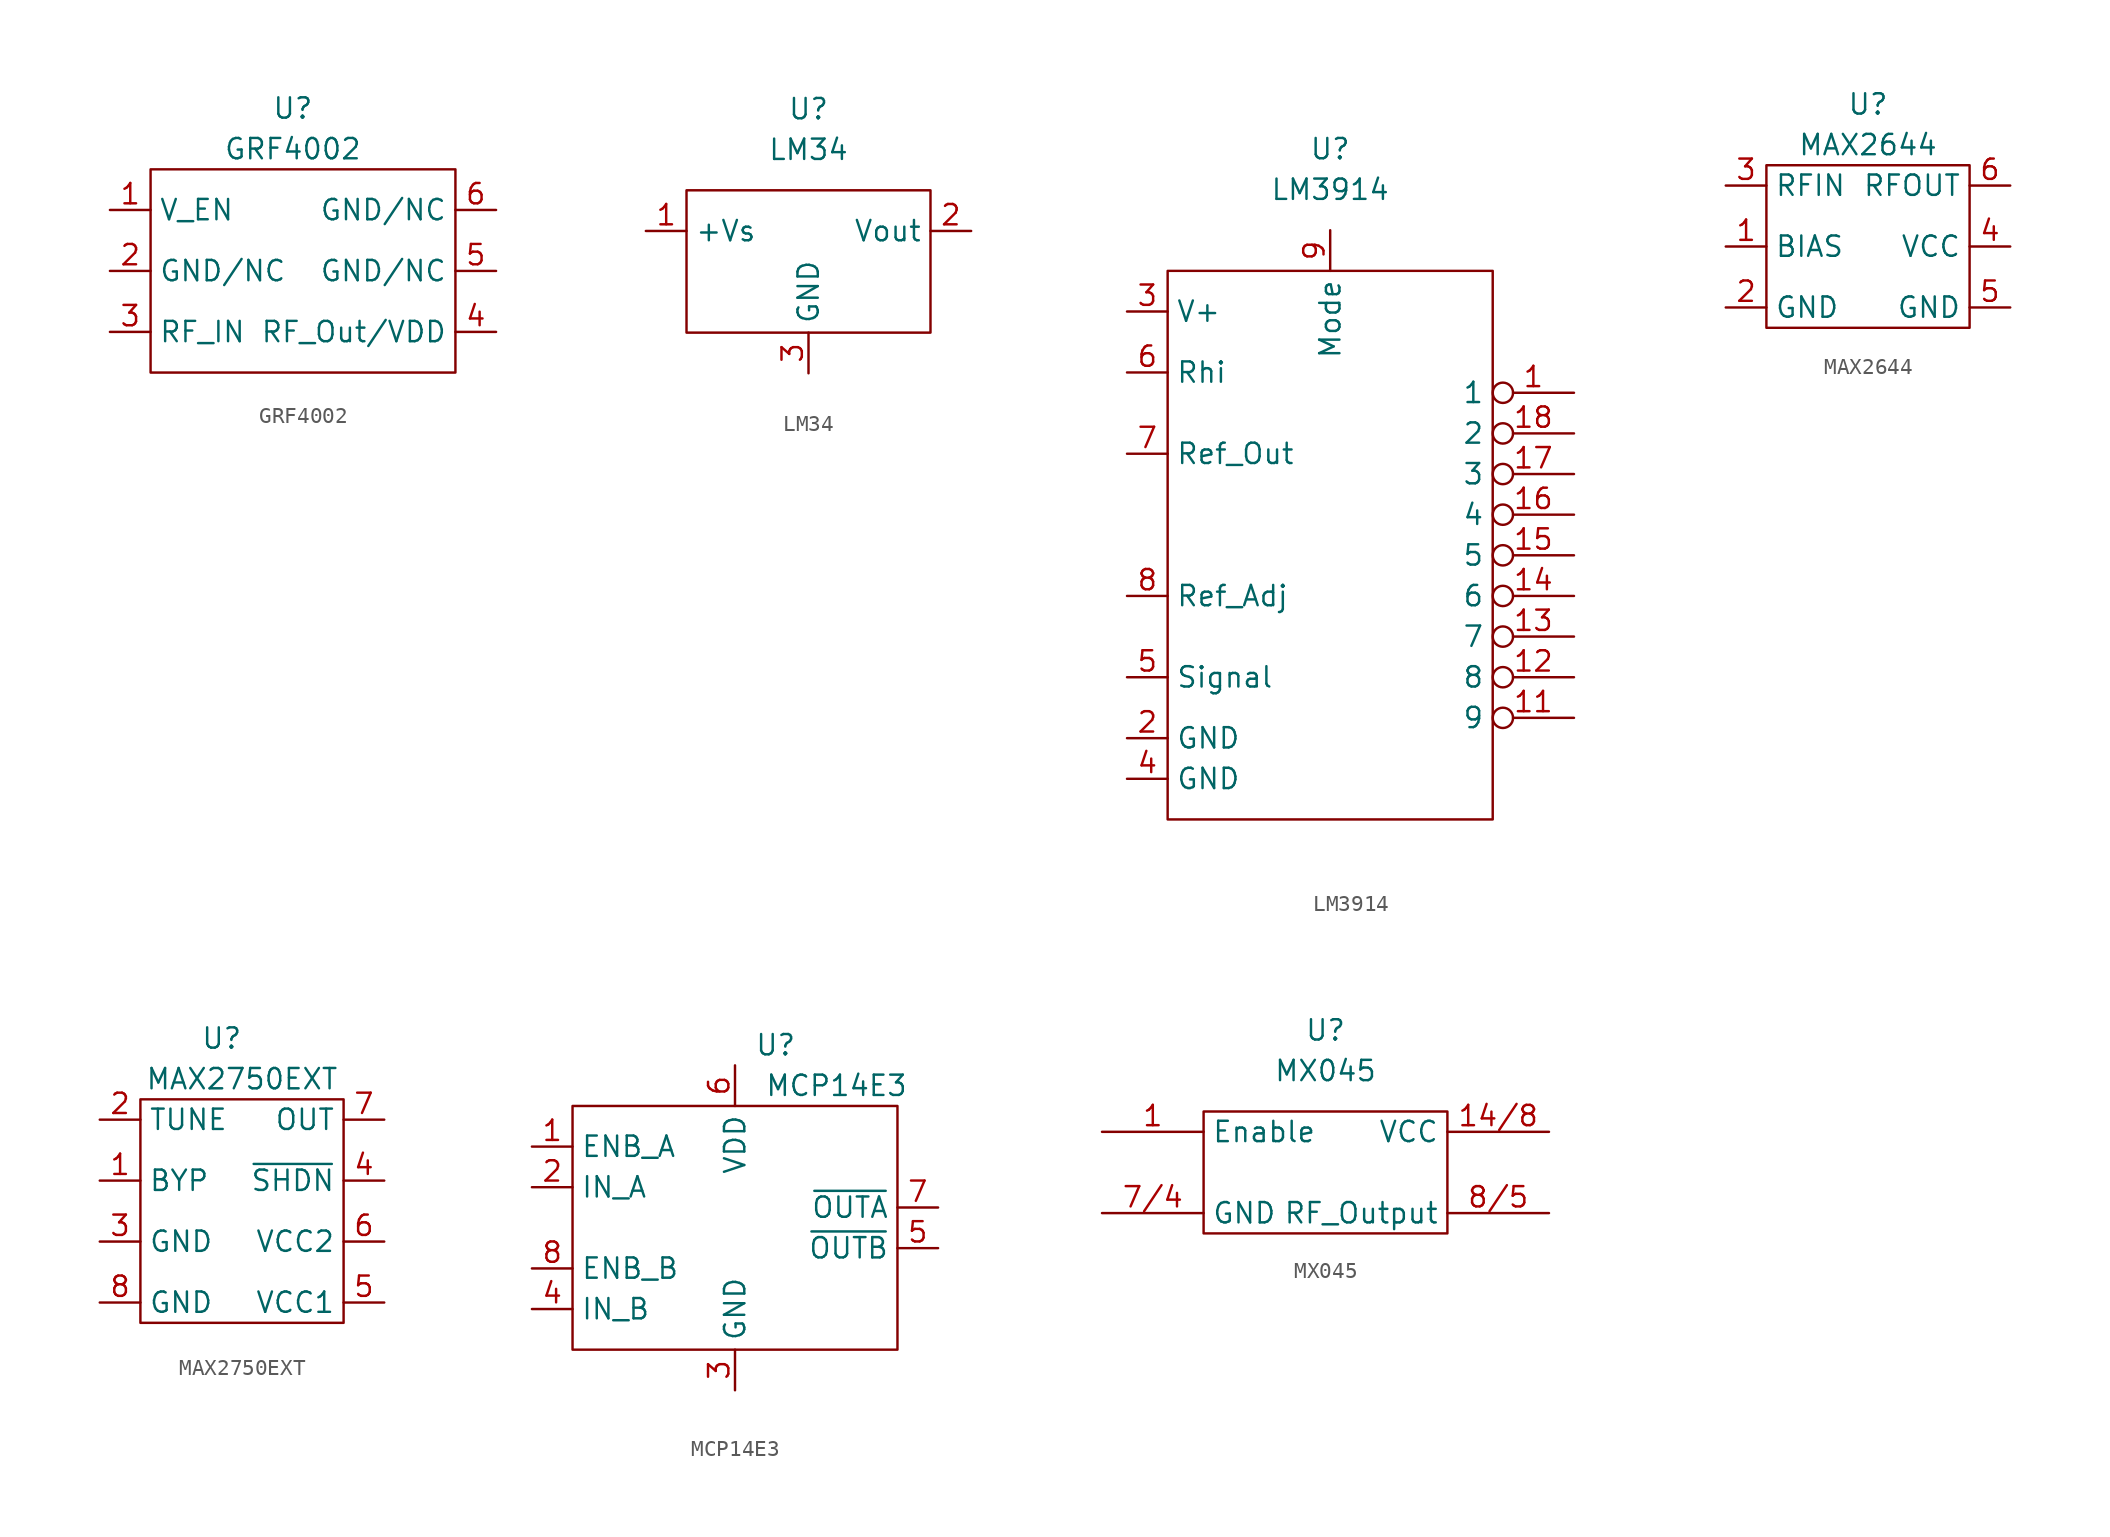
<source format=kicad_sym>
(kicad_symbol_lib
  (version 20211014)
  (generator kicad_symbol_editor)
  (symbol "GRF4002"
    (property "Reference" "U"
      (at 0 2.54 0)
      (effects (font (size 1.27 1.27))))
    (property "Value" "GRF4002"
      (at 0 0 0)
      (effects (font (size 1.27 1.27))))
    (symbol "GRF4002_0_1"
      (rectangle (start -8.89 -1.27) (end 10.16 -13.97) (stroke (width 0) (type default) (color 0 0 0 0)) (fill (type none))))
    (symbol "GRF4002_1_1"
      (pin bidirectional line (at -11.43 -3.81 0) (length 2.54) (name "V_EN" (effects (font (size 1.27 1.27)))) (number "1" (effects (font (size 1.27 1.27)))))
      (pin bidirectional line (at -11.43 -7.62 0) (length 2.54) (name "GND/NC" (effects (font (size 1.27 1.27)))) (number "2" (effects (font (size 1.27 1.27)))))
      (pin bidirectional line (at -11.43 -11.43 0) (length 2.54) (name "RF_IN" (effects (font (size 1.27 1.27)))) (number "3" (effects (font (size 1.27 1.27)))))
      (pin bidirectional line (at 12.7 -11.43 180) (length 2.54) (name "RF_Out/VDD" (effects (font (size 1.27 1.27)))) (number "4" (effects (font (size 1.27 1.27)))))
      (pin bidirectional line (at 12.7 -7.62 180) (length 2.54) (name "GND/NC" (effects (font (size 1.27 1.27)))) (number "5" (effects (font (size 1.27 1.27)))))
      (pin bidirectional line (at 12.7 -3.81 180) (length 2.54) (name "GND/NC" (effects (font (size 1.27 1.27)))) (number "6" (effects (font (size 1.27 1.27)))))))
  (symbol "LM34"
    (property "Reference" "U"
      (at 0 2.54 0)
      (effects (font (size 1.27 1.27))))
    (property "Value" "LM34"
      (at 0 0 0)
      (effects (font (size 1.27 1.27))))
    (symbol "LM34_0_1"
      (rectangle (start -7.62 -2.54) (end 7.62 -11.43) (stroke (width 0) (type default) (color 0 0 0 0)) (fill (type none))))
    (symbol "LM34_1_1"
      (pin bidirectional line (at -10.16 -5.08 0) (length 2.54) (name "+Vs" (effects (font (size 1.27 1.27)))) (number "1" (effects (font (size 1.27 1.27)))))
      (pin bidirectional line (at 10.16 -5.08 180) (length 2.54) (name "Vout" (effects (font (size 1.27 1.27)))) (number "2" (effects (font (size 1.27 1.27)))))
      (pin bidirectional line (at 0 -13.97 90) (length 2.54) (name "GND" (effects (font (size 1.27 1.27)))) (number "3" (effects (font (size 1.27 1.27)))))))
  (symbol "LM3914"
    (property "Reference" "U"
      (at 0 0 0)
      (effects (font (size 1.27 1.27))))
    (property "Value" "LM3914"
      (at 0 -2.54 0)
      (effects (font (size 1.27 1.27))))
    (symbol "LM3914_0_1"
      (rectangle (start -10.16 -7.62) (end 10.16 -41.91) (stroke (width 0) (type default) (color 0 0 0 0)) (fill (type none))))
    (symbol "LM3914_1_1"
      (pin bidirectional inverted (at 15.24 -15.24 180) (length 5.08) (name "1" (effects (font (size 1.27 1.27)))) (number "1" (effects (font (size 1.27 1.27)))))
      (pin bidirectional inverted (at 15.24 -35.56 180) (length 5.08) (name "9" (effects (font (size 1.27 1.27)))) (number "11" (effects (font (size 1.27 1.27)))))
      (pin bidirectional inverted (at 15.24 -33.02 180) (length 5.08) (name "8" (effects (font (size 1.27 1.27)))) (number "12" (effects (font (size 1.27 1.27)))))
      (pin bidirectional inverted (at 15.24 -30.48 180) (length 5.08) (name "7" (effects (font (size 1.27 1.27)))) (number "13" (effects (font (size 1.27 1.27)))))
      (pin bidirectional inverted (at 15.24 -27.94 180) (length 5.08) (name "6" (effects (font (size 1.27 1.27)))) (number "14" (effects (font (size 1.27 1.27)))))
      (pin bidirectional inverted (at 15.24 -25.4 180) (length 5.08) (name "5" (effects (font (size 1.27 1.27)))) (number "15" (effects (font (size 1.27 1.27)))))
      (pin bidirectional inverted (at 15.24 -22.86 180) (length 5.08) (name "4" (effects (font (size 1.27 1.27)))) (number "16" (effects (font (size 1.27 1.27)))))
      (pin bidirectional inverted (at 15.24 -20.32 180) (length 5.08) (name "3" (effects (font (size 1.27 1.27)))) (number "17" (effects (font (size 1.27 1.27)))))
      (pin bidirectional inverted (at 15.24 -17.78 180) (length 5.08) (name "2" (effects (font (size 1.27 1.27)))) (number "18" (effects (font (size 1.27 1.27)))))
      (pin bidirectional line (at -12.7 -36.83 0) (length 2.54) (name "GND" (effects (font (size 1.27 1.27)))) (number "2" (effects (font (size 1.27 1.27)))))
      (pin bidirectional line (at -12.7 -10.16 0) (length 2.54) (name "V+" (effects (font (size 1.27 1.27)))) (number "3" (effects (font (size 1.27 1.27)))))
      (pin bidirectional line (at -12.7 -39.37 0) (length 2.54) (name "GND" (effects (font (size 1.27 1.27)))) (number "4" (effects (font (size 1.27 1.27)))))
      (pin bidirectional line (at -12.7 -33.02 0) (length 2.54) (name "Signal" (effects (font (size 1.27 1.27)))) (number "5" (effects (font (size 1.27 1.27)))))
      (pin bidirectional line (at -12.7 -13.97 0) (length 2.54) (name "Rhi" (effects (font (size 1.27 1.27)))) (number "6" (effects (font (size 1.27 1.27)))))
      (pin bidirectional line (at -12.7 -19.05 0) (length 2.54) (name "Ref_Out" (effects (font (size 1.27 1.27)))) (number "7" (effects (font (size 1.27 1.27)))))
      (pin bidirectional line (at -12.7 -27.94 0) (length 2.54) (name "Ref_Adj" (effects (font (size 1.27 1.27)))) (number "8" (effects (font (size 1.27 1.27)))))
      (pin bidirectional line (at 0 -5.08 270) (length 2.54) (name "Mode" (effects (font (size 1.27 1.27)))) (number "9" (effects (font (size 1.27 1.27)))))))
  (symbol "MAX2644"
    (property "Reference" "U"
      (at 0 2.54 0)
      (effects (font (size 1.27 1.27))))
    (property "Value" "MAX2644"
      (at 0 0 0)
      (effects (font (size 1.27 1.27))))
    (symbol "MAX2644_0_1"
      (rectangle (start -6.35 -1.27) (end 6.35 -11.43) (stroke (width 0) (type default) (color 0 0 0 0)) (fill (type none))))
    (symbol "MAX2644_1_1"
      (pin bidirectional line (at -8.89 -6.35 0) (length 2.54) (name "BIAS" (effects (font (size 1.27 1.27)))) (number "1" (effects (font (size 1.27 1.27)))))
      (pin bidirectional line (at -8.89 -10.16 0) (length 2.54) (name "GND" (effects (font (size 1.27 1.27)))) (number "2" (effects (font (size 1.27 1.27)))))
      (pin bidirectional line (at -8.89 -2.54 0) (length 2.54) (name "RFIN" (effects (font (size 1.27 1.27)))) (number "3" (effects (font (size 1.27 1.27)))))
      (pin bidirectional line (at 8.89 -6.35 180) (length 2.54) (name "VCC" (effects (font (size 1.27 1.27)))) (number "4" (effects (font (size 1.27 1.27)))))
      (pin bidirectional line (at 8.89 -10.16 180) (length 2.54) (name "GND" (effects (font (size 1.27 1.27)))) (number "5" (effects (font (size 1.27 1.27)))))
      (pin bidirectional line (at 8.89 -2.54 180) (length 2.54) (name "RFOUT" (effects (font (size 1.27 1.27)))) (number "6" (effects (font (size 1.27 1.27)))))))
  (symbol "MAX2750EXT"
    (property "Reference" "U"
      (at -1.27 1.27 0)
      (effects (font (size 1.27 1.27))))
    (property "Value" "MAX2750EXT"
      (at 0 -1.27 0)
      (effects (font (size 1.27 1.27))))
    (symbol "MAX2750EXT_0_1"
      (rectangle (start -6.35 -2.54) (end 6.35 -16.51) (stroke (width 0) (type default) (color 0 0 0 0)) (fill (type none))))
    (symbol "MAX2750EXT_1_1"
      (pin bidirectional line (at -8.89 -7.62 0) (length 2.54) (name "BYP" (effects (font (size 1.27 1.27)))) (number "1" (effects (font (size 1.27 1.27)))))
      (pin bidirectional line (at -8.89 -3.81 0) (length 2.54) (name "TUNE" (effects (font (size 1.27 1.27)))) (number "2" (effects (font (size 1.27 1.27)))))
      (pin bidirectional line (at -8.89 -11.43 0) (length 2.54) (name "GND" (effects (font (size 1.27 1.27)))) (number "3" (effects (font (size 1.27 1.27)))))
      (pin bidirectional line (at 8.89 -7.62 180) (length 2.54) (name "~{SHDN}" (effects (font (size 1.27 1.27)))) (number "4" (effects (font (size 1.27 1.27)))))
      (pin bidirectional line (at 8.89 -15.24 180) (length 2.54) (name "VCC1" (effects (font (size 1.27 1.27)))) (number "5" (effects (font (size 1.27 1.27)))))
      (pin bidirectional line (at 8.89 -11.43 180) (length 2.54) (name "VCC2" (effects (font (size 1.27 1.27)))) (number "6" (effects (font (size 1.27 1.27)))))
      (pin bidirectional line (at 8.89 -3.81 180) (length 2.54) (name "OUT" (effects (font (size 1.27 1.27)))) (number "7" (effects (font (size 1.27 1.27)))))
      (pin bidirectional line (at -8.89 -15.24 0) (length 2.54) (name "GND" (effects (font (size 1.27 1.27)))) (number "8" (effects (font (size 1.27 1.27)))))))
  (symbol "MCP14E3"
    (property "Reference" "U"
      (at 2.54 3.81 0)
      (effects (font (size 1.27 1.27))))
    (property "Value" "MCP14E3"
      (at 6.35 1.27 0)
      (effects (font (size 1.27 1.27))))
    (symbol "MCP14E3_0_1"
      (rectangle (start -10.16 0) (end 10.16 -15.24) (stroke (width 0) (type default) (color 0 0 0 0)) (fill (type none))))
    (symbol "MCP14E3_1_1"
      (pin bidirectional line (at -12.7 -2.54 0) (length 2.54) (name "ENB_A" (effects (font (size 1.27 1.27)))) (number "1" (effects (font (size 1.27 1.27)))))
      (pin bidirectional line (at -12.7 -5.08 0) (length 2.54) (name "IN_A" (effects (font (size 1.27 1.27)))) (number "2" (effects (font (size 1.27 1.27)))))
      (pin bidirectional line (at 0 -17.78 90) (length 2.54) (name "GND" (effects (font (size 1.27 1.27)))) (number "3" (effects (font (size 1.27 1.27)))))
      (pin bidirectional line (at -12.7 -12.7 0) (length 2.54) (name "IN_B" (effects (font (size 1.27 1.27)))) (number "4" (effects (font (size 1.27 1.27)))))
      (pin bidirectional line (at 12.7 -8.89 180) (length 2.54) (name "~{OUTB}" (effects (font (size 1.27 1.27)))) (number "5" (effects (font (size 1.27 1.27)))))
      (pin bidirectional line (at 0 2.54 270) (length 2.54) (name "VDD" (effects (font (size 1.27 1.27)))) (number "6" (effects (font (size 1.27 1.27)))))
      (pin bidirectional line (at 12.7 -6.35 180) (length 2.54) (name "~{OUTA}" (effects (font (size 1.27 1.27)))) (number "7" (effects (font (size 1.27 1.27)))))
      (pin bidirectional line (at -12.7 -10.16 0) (length 2.54) (name "ENB_B" (effects (font (size 1.27 1.27)))) (number "8" (effects (font (size 1.27 1.27)))))))
  (symbol "MX045"
    (property "Reference" "U"
      (at 0 2.54 0)
      (effects (font (size 1.27 1.27))))
    (property "Value" "MX045"
      (at 0 0 0)
      (effects (font (size 1.27 1.27))))
    (symbol "MX045_0_1"
      (rectangle (start -7.62 -2.54) (end 7.62 -10.16) (stroke (width 0) (type default) (color 0 0 0 0)) (fill (type none))))
    (symbol "MX045_1_1"
      (pin input line (at -13.97 -3.81 0) (length 6.35) (name "Enable" (effects (font (size 1.27 1.27)))) (number "1" (effects (font (size 1.27 1.27)))))
      (pin bidirectional line (at 13.97 -3.81 180) (length 6.35) (name "VCC" (effects (font (size 1.27 1.27)))) (number "14/8" (effects (font (size 1.27 1.27)))))
      (pin bidirectional line (at -13.97 -8.89 0) (length 6.35) (name "GND" (effects (font (size 1.27 1.27)))) (number "7/4" (effects (font (size 1.27 1.27)))))
      (pin bidirectional line (at 13.97 -8.89 180) (length 6.35) (name "RF_Output" (effects (font (size 1.27 1.27)))) (number "8/5" (effects (font (size 1.27 1.27))))))))
</source>
